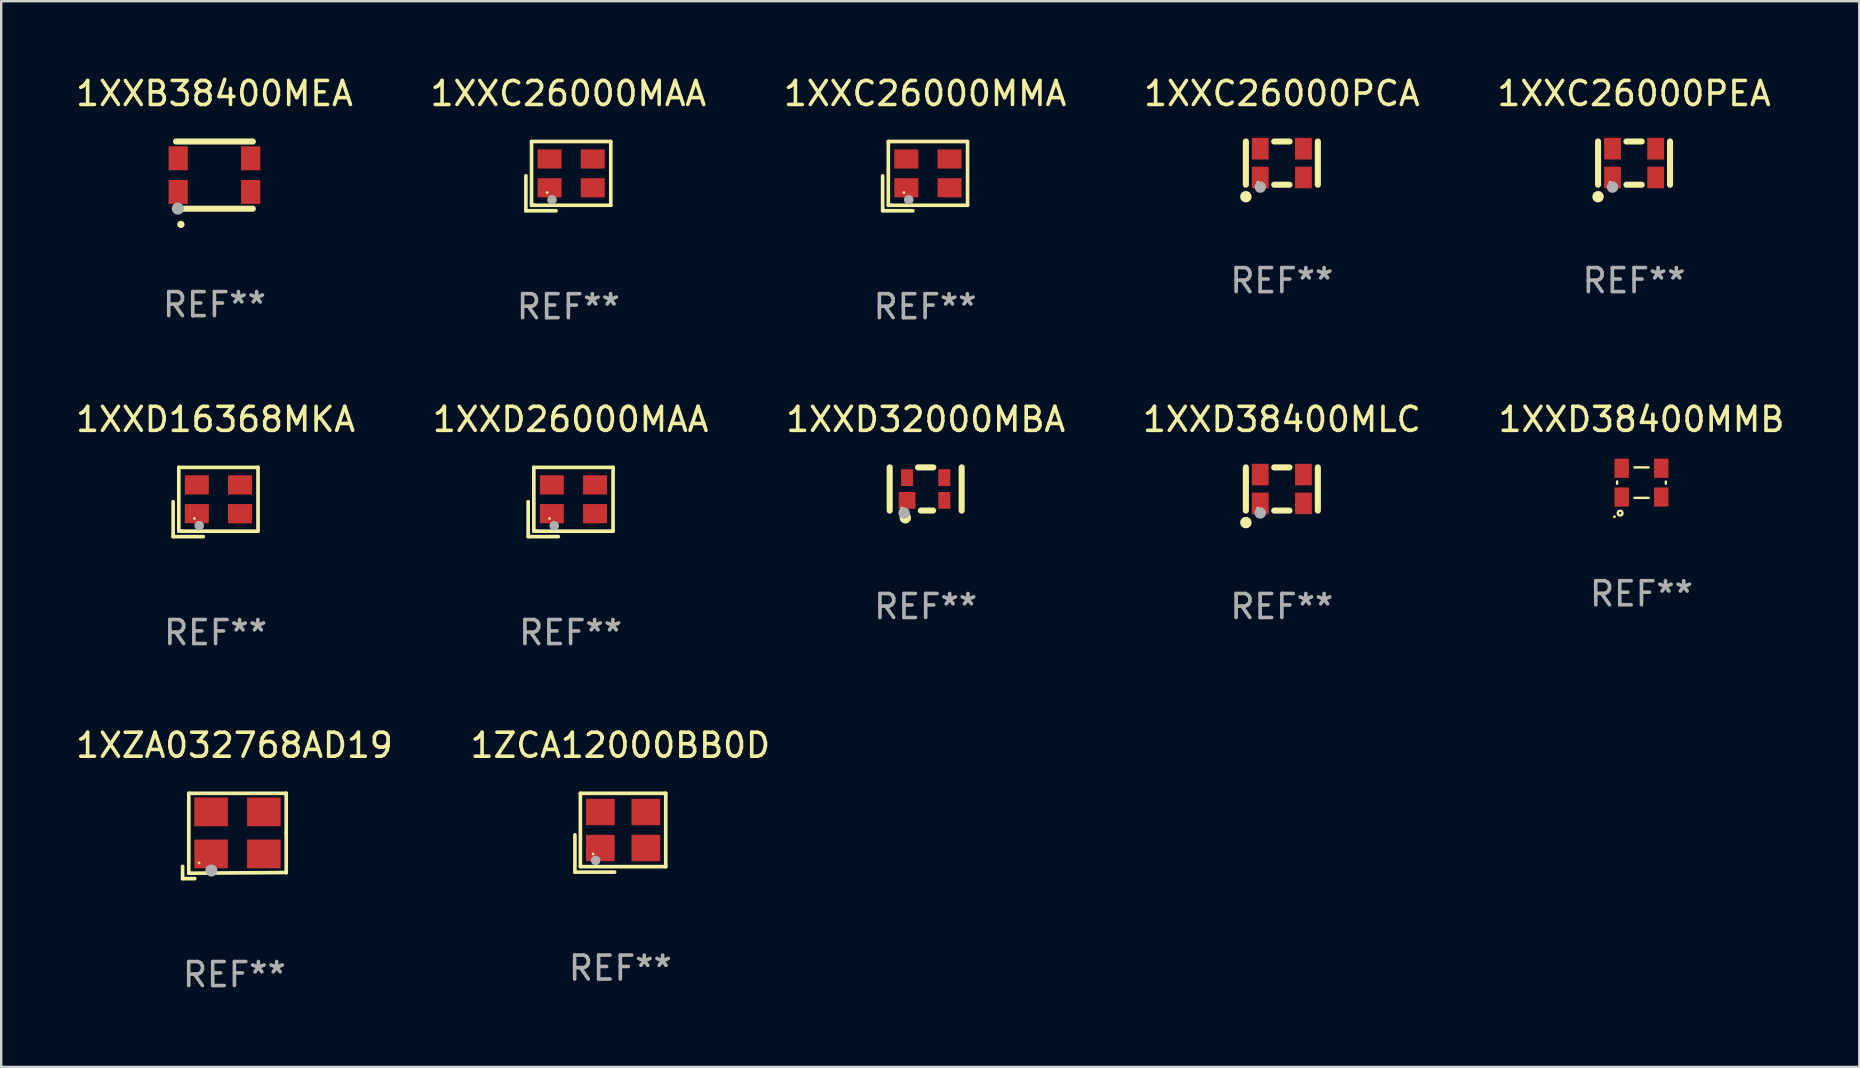
<source format=kicad_pcb>
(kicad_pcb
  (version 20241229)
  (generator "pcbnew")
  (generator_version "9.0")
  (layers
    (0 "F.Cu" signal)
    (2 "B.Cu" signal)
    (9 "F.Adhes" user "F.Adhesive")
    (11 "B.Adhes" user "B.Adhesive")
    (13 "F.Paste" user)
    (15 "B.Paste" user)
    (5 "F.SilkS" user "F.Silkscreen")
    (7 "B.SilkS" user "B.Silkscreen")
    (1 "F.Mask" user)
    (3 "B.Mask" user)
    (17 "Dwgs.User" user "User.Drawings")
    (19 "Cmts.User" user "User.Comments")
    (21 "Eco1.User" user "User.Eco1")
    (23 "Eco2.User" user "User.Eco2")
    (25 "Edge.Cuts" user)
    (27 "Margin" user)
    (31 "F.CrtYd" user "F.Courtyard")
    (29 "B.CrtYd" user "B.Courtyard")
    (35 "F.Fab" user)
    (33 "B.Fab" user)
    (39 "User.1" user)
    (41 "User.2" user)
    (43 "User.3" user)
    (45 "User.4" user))
  (footprint "1XXD26000MAA"
    (layer "F.Cu")
    (at 20.732 17.873)
    (property "Reference" "1XXD26000MAA" (at 0 -3.443 0) (layer "F.SilkS") (effects (font (size 1 1) (thickness 0.15))))
    (attr through_hole)
    (fp_line (start -1.769 -0.014) (end -1.769 1.443) (stroke (width 0.152) (type solid)) (layer "F.SilkS"))
    (fp_line (start -1.769 1.443) (end -0.512 1.443) (stroke (width 0.152) (type solid)) (layer "F.SilkS"))
    (fp_line (start -1.533 -1.443) (end 1.769 -1.443) (stroke (width 0.152) (type solid)) (layer "F.SilkS"))
    (fp_line (start -1.533 1.214) (end -1.533 -1.443) (stroke (width 0.152) (type solid)) (layer "F.SilkS"))
    (fp_line (start -1.411 1.214) (end -1.533 1.214) (stroke (width 0.152) (type solid)) (layer "F.SilkS"))
    (fp_line (start 1.769 -1.443) (end 1.769 1.214) (stroke (width 0.152) (type solid)) (layer "F.SilkS"))
    (fp_line (start 1.769 1.214) (end -1.411 1.214) (stroke (width 0.152) (type solid)) (layer "F.SilkS"))
    (fp_circle (center -0.882 0.686) (end -0.852 0.686) (stroke (width 0.06) (type solid)) (fill no) (layer "F.SilkS"))
    (fp_circle (center -0.682 0.986) (end -0.582 0.986) (stroke (width 0.2) (type solid)) (fill no) (layer "F.Fab"))
    (fp_text user "REF**" (at 0 5.443 0) (layer "F.Fab") (effects (font (size 1 1) (thickness 0.15))))
    (pad "1" smd rect (at -0.782 0.486 90) (size 0.8 1) (layers "F.Cu" "F.Mask" "F.Paste"))
    (pad "2" smd rect (at 1.018 0.486 90) (size 0.8 1) (layers "F.Cu" "F.Mask" "F.Paste"))
    (pad "3" smd rect (at 1.018 -0.714 90) (size 0.8 1) (layers "F.Cu" "F.Mask" "F.Paste"))
    (pad "4" smd rect (at -0.782 -0.714 90) (size 0.8 1) (layers "F.Cu" "F.Mask" "F.Paste")))
  (footprint "1XXD38400MLC"
    (layer "F.Cu")
    (at 50.375 17.33)
    (property "Reference" "1XXD38400MLC" (at 0 -2.9 0) (layer "F.SilkS") (effects (font (size 1 1) (thickness 0.15))))
    (attr through_hole)
    (fp_line (start -1.5 -0.9) (end -1.5 0.9) (stroke (width 0.254) (type solid)) (layer "F.SilkS"))
    (fp_line (start -0.319 -0.9) (end 0.319 -0.9) (stroke (width 0.254) (type solid)) (layer "F.SilkS"))
    (fp_line (start -0.319 0.9) (end 0.319 0.9) (stroke (width 0.254) (type solid)) (layer "F.SilkS"))
    (fp_line (start 1.5 -0.9) (end 1.5 0.9) (stroke (width 0.254) (type solid)) (layer "F.SilkS"))
    (fp_circle (center -1.5 1.4) (end -1.38 1.4) (stroke (width 0.24) (type solid)) (fill no) (layer "F.SilkS"))
    (fp_circle (center -1 0.8) (end -0.97 0.8) (stroke (width 0.06) (type solid)) (fill no) (layer "F.SilkS"))
    (fp_circle (center -0.9 1) (end -0.78 1) (stroke (width 0.24) (type solid)) (fill no) (layer "F.Fab"))
    (fp_text user "REF**" (at 0 4.9 0) (layer "F.Fab") (effects (font (size 1 1) (thickness 0.15))))
    (pad "1" smd rect (at -0.9 0.6 270) (size 0.9 0.7) (layers "F.Cu" "F.Mask" "F.Paste"))
    (pad "2" smd rect (at 0.9 0.6 270) (size 0.9 0.7) (layers "F.Cu" "F.Mask" "F.Paste"))
    (pad "3" smd rect (at 0.9 -0.6 270) (size 0.9 0.7) (layers "F.Cu" "F.Mask" "F.Paste"))
    (pad "4" smd rect (at -0.9 -0.6 270) (size 0.9 0.7) (layers "F.Cu" "F.Mask" "F.Paste")))
  (footprint "1XXC26000PEA"
    (layer "F.Cu")
    (at 65.054 3.748)
    (property "Reference" "1XXC26000PEA" (at 0 -2.9 0) (layer "F.SilkS") (effects (font (size 1 1) (thickness 0.15))))
    (attr through_hole)
    (fp_line (start -1.5 -0.9) (end -1.5 0.9) (stroke (width 0.254) (type solid)) (layer "F.SilkS"))
    (fp_line (start -0.319 -0.9) (end 0.319 -0.9) (stroke (width 0.254) (type solid)) (layer "F.SilkS"))
    (fp_line (start -0.319 0.9) (end 0.319 0.9) (stroke (width 0.254) (type solid)) (layer "F.SilkS"))
    (fp_line (start 1.5 -0.9) (end 1.5 0.9) (stroke (width 0.254) (type solid)) (layer "F.SilkS"))
    (fp_circle (center -1.5 1.4) (end -1.38 1.4) (stroke (width 0.24) (type solid)) (fill no) (layer "F.SilkS"))
    (fp_circle (center -1 0.8) (end -0.97 0.8) (stroke (width 0.06) (type solid)) (fill no) (layer "F.SilkS"))
    (fp_circle (center -0.9 1) (end -0.78 1) (stroke (width 0.24) (type solid)) (fill no) (layer "F.Fab"))
    (fp_text user "REF**" (at 0 4.9 0) (layer "F.Fab") (effects (font (size 1 1) (thickness 0.15))))
    (pad "1" smd rect (at -0.9 0.6 270) (size 0.9 0.7) (layers "F.Cu" "F.Mask" "F.Paste"))
    (pad "2" smd rect (at 0.9 0.6 270) (size 0.9 0.7) (layers "F.Cu" "F.Mask" "F.Paste"))
    (pad "3" smd rect (at 0.9 -0.6 270) (size 0.9 0.7) (layers "F.Cu" "F.Mask" "F.Paste"))
    (pad "4" smd rect (at -0.9 -0.6 270) (size 0.9 0.7) (layers "F.Cu" "F.Mask" "F.Paste")))
  (footprint "1XXD16368MKA"
    (layer "F.Cu")
    (at 5.935 17.873)
    (property "Reference" "1XXD16368MKA" (at 0 -3.443 0) (layer "F.SilkS") (effects (font (size 1 1) (thickness 0.15))))
    (attr through_hole)
    (fp_line (start -1.769 -0.014) (end -1.769 1.443) (stroke (width 0.152) (type solid)) (layer "F.SilkS"))
    (fp_line (start -1.769 1.443) (end -0.512 1.443) (stroke (width 0.152) (type solid)) (layer "F.SilkS"))
    (fp_line (start -1.533 -1.443) (end 1.769 -1.443) (stroke (width 0.152) (type solid)) (layer "F.SilkS"))
    (fp_line (start -1.533 1.214) (end -1.533 -1.443) (stroke (width 0.152) (type solid)) (layer "F.SilkS"))
    (fp_line (start -1.411 1.214) (end -1.533 1.214) (stroke (width 0.152) (type solid)) (layer "F.SilkS"))
    (fp_line (start 1.769 -1.443) (end 1.769 1.214) (stroke (width 0.152) (type solid)) (layer "F.SilkS"))
    (fp_line (start 1.769 1.214) (end -1.411 1.214) (stroke (width 0.152) (type solid)) (layer "F.SilkS"))
    (fp_circle (center -0.882 0.686) (end -0.852 0.686) (stroke (width 0.06) (type solid)) (fill no) (layer "F.SilkS"))
    (fp_circle (center -0.682 0.986) (end -0.582 0.986) (stroke (width 0.2) (type solid)) (fill no) (layer "F.Fab"))
    (fp_text user "REF**" (at 0 5.443 0) (layer "F.Fab") (effects (font (size 1 1) (thickness 0.15))))
    (pad "1" smd rect (at -0.782 0.486 90) (size 0.8 1) (layers "F.Cu" "F.Mask" "F.Paste"))
    (pad "2" smd rect (at 1.018 0.486 90) (size 0.8 1) (layers "F.Cu" "F.Mask" "F.Paste"))
    (pad "3" smd rect (at 1.018 -0.714 90) (size 0.8 1) (layers "F.Cu" "F.Mask" "F.Paste"))
    (pad "4" smd rect (at -0.782 -0.714 90) (size 0.8 1) (layers "F.Cu" "F.Mask" "F.Paste")))
  (footprint "1XXB38400MEA"
    (layer "F.Cu")
    (at 5.887 4.248)
    (property "Reference" "1XXB38400MEA" (at 0 -3.4 0) (layer "F.SilkS") (effects (font (size 1 1) (thickness 0.15))))
    (attr through_hole)
    (fp_line (start -1.6 -1.4) (end 1.6 -1.4) (stroke (width 0.254) (type solid)) (layer "F.SilkS"))
    (fp_line (start -1.6 1.4) (end 1.6 1.4) (stroke (width 0.254) (type solid)) (layer "F.SilkS"))
    (fp_arc (start -1.398349 2.054966) (mid -1.397079 2.054961) (end -1.395809 2.054966) (stroke (width 0.3) (type solid)) (layer "F.SilkS"))
    (fp_circle (center -1.6 1.25) (end -1.57 1.25) (stroke (width 0.06) (type solid)) (fill no) (layer "F.SilkS"))
    (fp_circle (center -1.524 1.397) (end -1.397 1.397) (stroke (width 0.254) (type solid)) (fill no) (layer "F.Fab"))
    (fp_text user "REF**" (at 0 5.4 0) (layer "F.Fab") (effects (font (size 1 1) (thickness 0.15))))
    (pad "1" smd rect (at -1.51 0.7 180) (size 0.8 1) (layers "F.Cu" "F.Mask" "F.Paste"))
    (pad "2" smd rect (at 1.51 0.7 180) (size 0.8 1) (layers "F.Cu" "F.Mask" "F.Paste"))
    (pad "3" smd rect (at 1.51 -0.7 180) (size 0.8 1) (layers "F.Cu" "F.Mask" "F.Paste"))
    (pad "4" smd rect (at -1.51 -0.7 180) (size 0.8 1) (layers "F.Cu" "F.Mask" "F.Paste")))
  (footprint "1ZCA12000BB0D"
    (layer "F.Cu")
    (at 22.804 31.656)
    (property "Reference" "1ZCA12000BB0D" (at 0 -3.643 0) (layer "F.SilkS") (effects (font (size 1 1) (thickness 0.15))))
    (attr through_hole)
    (fp_line (start -1.893 0.086) (end -1.893 1.643) (stroke (width 0.152) (type solid)) (layer "F.SilkS"))
    (fp_line (start -1.893 1.643) (end -0.237 1.643) (stroke (width 0.152) (type solid)) (layer "F.SilkS"))
    (fp_line (start -1.665 -1.643) (end 1.893 -1.643) (stroke (width 0.152) (type solid)) (layer "F.SilkS"))
    (fp_line (start -1.665 1.414) (end -1.665 -1.643) (stroke (width 0.152) (type solid)) (layer "F.SilkS"))
    (fp_line (start 1.893 -1.643) (end 1.893 1.414) (stroke (width 0.152) (type solid)) (layer "F.SilkS"))
    (fp_line (start 1.893 1.414) (end -1.665 1.414) (stroke (width 0.152) (type solid)) (layer "F.SilkS"))
    (fp_circle (center -1.136 0.885) (end -1.106 0.885) (stroke (width 0.06) (type solid)) (fill no) (layer "F.SilkS"))
    (fp_circle (center -1.029 1.155) (end -0.929 1.155) (stroke (width 0.2) (type solid)) (fill no) (layer "F.Fab"))
    (fp_text user "REF**" (at 0 5.643 0) (layer "F.Fab") (effects (font (size 1 1) (thickness 0.15))))
    (pad "1" smd rect (at -0.836 0.636) (size 1.2 1.1) (layers "F.Cu" "F.Mask" "F.Paste"))
    (pad "2" smd rect (at 1.064 0.636) (size 1.2 1.1) (layers "F.Cu" "F.Mask" "F.Paste"))
    (pad "3" smd rect (at 1.064 -0.865) (size 1.2 1.1) (layers "F.Cu" "F.Mask" "F.Paste"))
    (pad "4" smd rect (at -0.836 -0.865) (size 1.2 1.1) (layers "F.Cu" "F.Mask" "F.Paste")))
  (footprint "1XXD32000MBA"
    (layer "F.Cu")
    (at 35.53 17.33)
    (property "Reference" "1XXD32000MBA" (at 0 -2.9 0) (layer "F.SilkS") (effects (font (size 1 1) (thickness 0.15))))
    (attr through_hole)
    (fp_line (start -1.5 -0.9) (end -1.5 0.9) (stroke (width 0.254) (type solid)) (layer "F.SilkS"))
    (fp_line (start -0.319 -0.9) (end 0.319 -0.9) (stroke (width 0.254) (type solid)) (layer "F.SilkS"))
    (fp_line (start -0.2 0.9) (end 0.308 0.9) (stroke (width 0.254) (type solid)) (layer "F.SilkS"))
    (fp_line (start 1.5 -0.9) (end 1.5 0.9) (stroke (width 0.254) (type solid)) (layer "F.SilkS"))
    (fp_circle (center -1 0.8) (end -0.97 0.8) (stroke (width 0.06) (type solid)) (fill no) (layer "F.SilkS"))
    (fp_circle (center -0.85 1.2) (end -0.73 1.2) (stroke (width 0.24) (type solid)) (fill no) (layer "F.SilkS"))
    (fp_circle (center -0.9 1) (end -0.78 1) (stroke (width 0.24) (type solid)) (fill no) (layer "F.Fab"))
    (fp_text user "REF**" (at 0 4.9 0) (layer "F.Fab") (effects (font (size 1 1) (thickness 0.15))))
    (pad "1" smd rect (at -0.775 0.475 90) (size 0.7 0.7) (layers "F.Cu" "F.Mask" "F.Paste"))
    (pad "2" smd rect (at 0.775 0.475) (size 0.5 0.7) (layers "F.Cu" "F.Mask" "F.Paste"))
    (pad "3" smd rect (at 0.775 -0.475) (size 0.5 0.7) (layers "F.Cu" "F.Mask" "F.Paste"))
    (pad "4" smd rect (at -0.775 -0.475) (size 0.5 0.7) (layers "F.Cu" "F.Mask" "F.Paste")))
  (footprint "1XZA032768AD19"
    (layer "F.Cu")
    (at 6.72 31.791)
    (property "Reference" "1XZA032768AD19" (at 0 -3.778 0) (layer "F.SilkS") (effects (font (size 1 1) (thickness 0.15))))
    (attr through_hole)
    (fp_line (start -2.159 1.27) (end -2.159 1.778) (stroke (width 0.152) (type solid)) (layer "F.SilkS"))
    (fp_line (start -2.159 1.778) (end -1.651 1.778) (stroke (width 0.152) (type solid)) (layer "F.SilkS"))
    (fp_line (start -1.902 -1.778) (end 2.159 -1.778) (stroke (width 0.152) (type solid)) (layer "F.SilkS"))
    (fp_line (start -1.902 1.552) (end -1.902 -1.778) (stroke (width 0.152) (type solid)) (layer "F.SilkS"))
    (fp_line (start 2.159 -1.778) (end 2.159 -0.127) (stroke (width 0.152) (type solid)) (layer "F.SilkS"))
    (fp_line (start 2.159 -0.127) (end 2.159 1.524) (stroke (width 0.152) (type solid)) (layer "F.SilkS"))
    (fp_line (start 2.159 1.524) (end -1.902 1.552) (stroke (width 0.152) (type solid)) (layer "F.SilkS"))
    (fp_line (start 2.159 1.524) (end 2.159 1.524) (stroke (width 0.152) (type solid)) (layer "F.SilkS"))
    (fp_circle (center -1.473 1.123) (end -1.443 1.123) (stroke (width 0.06) (type solid)) (fill no) (layer "F.SilkS"))
    (fp_circle (center -0.961 1.44) (end -0.834 1.44) (stroke (width 0.254) (type solid)) (fill no) (layer "F.Fab"))
    (fp_text user "REF**" (at 0 5.778 0) (layer "F.Fab") (effects (font (size 1 1) (thickness 0.15))))
    (pad "1" smd rect (at -0.973 0.748) (size 1.4 1.2) (layers "F.Cu" "F.Mask" "F.Paste"))
    (pad "2" smd rect (at 1.227 0.748) (size 1.4 1.2) (layers "F.Cu" "F.Mask" "F.Paste"))
    (pad "3" smd rect (at 1.227 -1.002) (size 1.4 1.2) (layers "F.Cu" "F.Mask" "F.Paste"))
    (pad "4" smd rect (at -0.973 -1.002) (size 1.4 1.2) (layers "F.Cu" "F.Mask" "F.Paste")))
  (footprint "1XXC26000MMA"
    (layer "F.Cu")
    (at 35.506 4.291)
    (property "Reference" "1XXC26000MMA" (at 0 -3.443 0) (layer "F.SilkS") (effects (font (size 1 1) (thickness 0.15))))
    (attr through_hole)
    (fp_line (start -1.769 -0.014) (end -1.769 1.443) (stroke (width 0.152) (type solid)) (layer "F.SilkS"))
    (fp_line (start -1.769 1.443) (end -0.512 1.443) (stroke (width 0.152) (type solid)) (layer "F.SilkS"))
    (fp_line (start -1.533 -1.443) (end 1.769 -1.443) (stroke (width 0.152) (type solid)) (layer "F.SilkS"))
    (fp_line (start -1.533 1.214) (end -1.533 -1.443) (stroke (width 0.152) (type solid)) (layer "F.SilkS"))
    (fp_line (start -1.411 1.214) (end -1.533 1.214) (stroke (width 0.152) (type solid)) (layer "F.SilkS"))
    (fp_line (start 1.769 -1.443) (end 1.769 1.214) (stroke (width 0.152) (type solid)) (layer "F.SilkS"))
    (fp_line (start 1.769 1.214) (end -1.411 1.214) (stroke (width 0.152) (type solid)) (layer "F.SilkS"))
    (fp_circle (center -0.882 0.686) (end -0.852 0.686) (stroke (width 0.06) (type solid)) (fill no) (layer "F.SilkS"))
    (fp_circle (center -0.682 0.986) (end -0.582 0.986) (stroke (width 0.2) (type solid)) (fill no) (layer "F.Fab"))
    (fp_text user "REF**" (at 0 5.443 0) (layer "F.Fab") (effects (font (size 1 1) (thickness 0.15))))
    (pad "1" smd rect (at -0.782 0.486 90) (size 0.8 1) (layers "F.Cu" "F.Mask" "F.Paste"))
    (pad "2" smd rect (at 1.018 0.486 90) (size 0.8 1) (layers "F.Cu" "F.Mask" "F.Paste"))
    (pad "3" smd rect (at 1.018 -0.714 90) (size 0.8 1) (layers "F.Cu" "F.Mask" "F.Paste"))
    (pad "4" smd rect (at -0.782 -0.714 90) (size 0.8 1) (layers "F.Cu" "F.Mask" "F.Paste")))
  (footprint "1XXD38400MMB"
    (layer "F.Cu")
    (at 65.363 17.065)
    (property "Reference" "1XXD38400MMB" (at 0 -2.635 0) (layer "F.SilkS") (effects (font (size 1 1) (thickness 0.15))))
    (attr through_hole)
    (fp_line (start -1.016 -0.046) (end -1.016 0.046) (stroke (width 0.1) (type solid)) (layer "F.SilkS"))
    (fp_line (start -0.294 -0.635) (end 0.294 -0.635) (stroke (width 0.1) (type solid)) (layer "F.SilkS"))
    (fp_line (start -0.294 0.635) (end 0.294 0.635) (stroke (width 0.1) (type solid)) (layer "F.SilkS"))
    (fp_line (start 1.016 -0.046) (end 1.016 0.046) (stroke (width 0.1) (type solid)) (layer "F.SilkS"))
    (fp_circle (center -1.125 1.42) (end -1.095 1.42) (stroke (width 0.06) (type solid)) (fill no) (layer "F.SilkS"))
    (fp_circle (center -0.889 1.27) (end -0.789 1.27) (stroke (width 0.1) (type solid)) (fill no) (layer "F.SilkS"))
    (fp_text user "REF**" (at 0 4.635 0) (layer "F.Fab") (effects (font (size 1 1) (thickness 0.15))))
    (pad "1" smd rect (at -0.825 0.6) (size 0.6 0.8) (layers "F.Cu" "F.Mask" "F.Paste"))
    (pad "2" smd rect (at 0.825 0.6) (size 0.6 0.8) (layers "F.Cu" "F.Mask" "F.Paste"))
    (pad "3" smd rect (at 0.825 -0.6) (size 0.6 0.8) (layers "F.Cu" "F.Mask" "F.Paste"))
    (pad "4" smd rect (at -0.825 -0.6) (size 0.6 0.8) (layers "F.Cu" "F.Mask" "F.Paste")))
  (footprint "1XXC26000MAA"
    (layer "F.Cu")
    (at 20.637 4.291)
    (property "Reference" "1XXC26000MAA" (at 0 -3.443 0) (layer "F.SilkS") (effects (font (size 1 1) (thickness 0.15))))
    (attr through_hole)
    (fp_line (start -1.769 -0.014) (end -1.769 1.443) (stroke (width 0.152) (type solid)) (layer "F.SilkS"))
    (fp_line (start -1.769 1.443) (end -0.512 1.443) (stroke (width 0.152) (type solid)) (layer "F.SilkS"))
    (fp_line (start -1.533 -1.443) (end 1.769 -1.443) (stroke (width 0.152) (type solid)) (layer "F.SilkS"))
    (fp_line (start -1.533 1.214) (end -1.533 -1.443) (stroke (width 0.152) (type solid)) (layer "F.SilkS"))
    (fp_line (start -1.411 1.214) (end -1.533 1.214) (stroke (width 0.152) (type solid)) (layer "F.SilkS"))
    (fp_line (start 1.769 -1.443) (end 1.769 1.214) (stroke (width 0.152) (type solid)) (layer "F.SilkS"))
    (fp_line (start 1.769 1.214) (end -1.411 1.214) (stroke (width 0.152) (type solid)) (layer "F.SilkS"))
    (fp_circle (center -0.882 0.686) (end -0.852 0.686) (stroke (width 0.06) (type solid)) (fill no) (layer "F.SilkS"))
    (fp_circle (center -0.682 0.986) (end -0.582 0.986) (stroke (width 0.2) (type solid)) (fill no) (layer "F.Fab"))
    (fp_text user "REF**" (at 0 5.443 0) (layer "F.Fab") (effects (font (size 1 1) (thickness 0.15))))
    (pad "1" smd rect (at -0.782 0.486 90) (size 0.8 1) (layers "F.Cu" "F.Mask" "F.Paste"))
    (pad "2" smd rect (at 1.018 0.486 90) (size 0.8 1) (layers "F.Cu" "F.Mask" "F.Paste"))
    (pad "3" smd rect (at 1.018 -0.714 90) (size 0.8 1) (layers "F.Cu" "F.Mask" "F.Paste"))
    (pad "4" smd rect (at -0.782 -0.714 90) (size 0.8 1) (layers "F.Cu" "F.Mask" "F.Paste")))
  (footprint "1XXC26000PCA"
    (layer "F.Cu")
    (at 50.375 3.748)
    (property "Reference" "1XXC26000PCA" (at 0 -2.9 0) (layer "F.SilkS") (effects (font (size 1 1) (thickness 0.15))))
    (attr through_hole)
    (fp_line (start -1.5 -0.9) (end -1.5 0.9) (stroke (width 0.254) (type solid)) (layer "F.SilkS"))
    (fp_line (start -0.319 -0.9) (end 0.319 -0.9) (stroke (width 0.254) (type solid)) (layer "F.SilkS"))
    (fp_line (start -0.319 0.9) (end 0.319 0.9) (stroke (width 0.254) (type solid)) (layer "F.SilkS"))
    (fp_line (start 1.5 -0.9) (end 1.5 0.9) (stroke (width 0.254) (type solid)) (layer "F.SilkS"))
    (fp_circle (center -1.5 1.4) (end -1.38 1.4) (stroke (width 0.24) (type solid)) (fill no) (layer "F.SilkS"))
    (fp_circle (center -1 0.8) (end -0.97 0.8) (stroke (width 0.06) (type solid)) (fill no) (layer "F.SilkS"))
    (fp_circle (center -0.9 1) (end -0.78 1) (stroke (width 0.24) (type solid)) (fill no) (layer "F.Fab"))
    (fp_text user "REF**" (at 0 4.9 0) (layer "F.Fab") (effects (font (size 1 1) (thickness 0.15))))
    (pad "1" smd rect (at -0.9 0.6 270) (size 0.9 0.7) (layers "F.Cu" "F.Mask" "F.Paste"))
    (pad "2" smd rect (at 0.9 0.6 270) (size 0.9 0.7) (layers "F.Cu" "F.Mask" "F.Paste"))
    (pad "3" smd rect (at 0.9 -0.6 270) (size 0.9 0.7) (layers "F.Cu" "F.Mask" "F.Paste"))
    (pad "4" smd rect (at -0.9 -0.6 270) (size 0.9 0.7) (layers "F.Cu" "F.Mask" "F.Paste")))
  (gr_rect
    (start -3 -3)
    (end 74.44 41.417)
    (stroke (width 0.1) (type default))
    (fill no)
    (layer "Edge.Cuts")))
</source>
